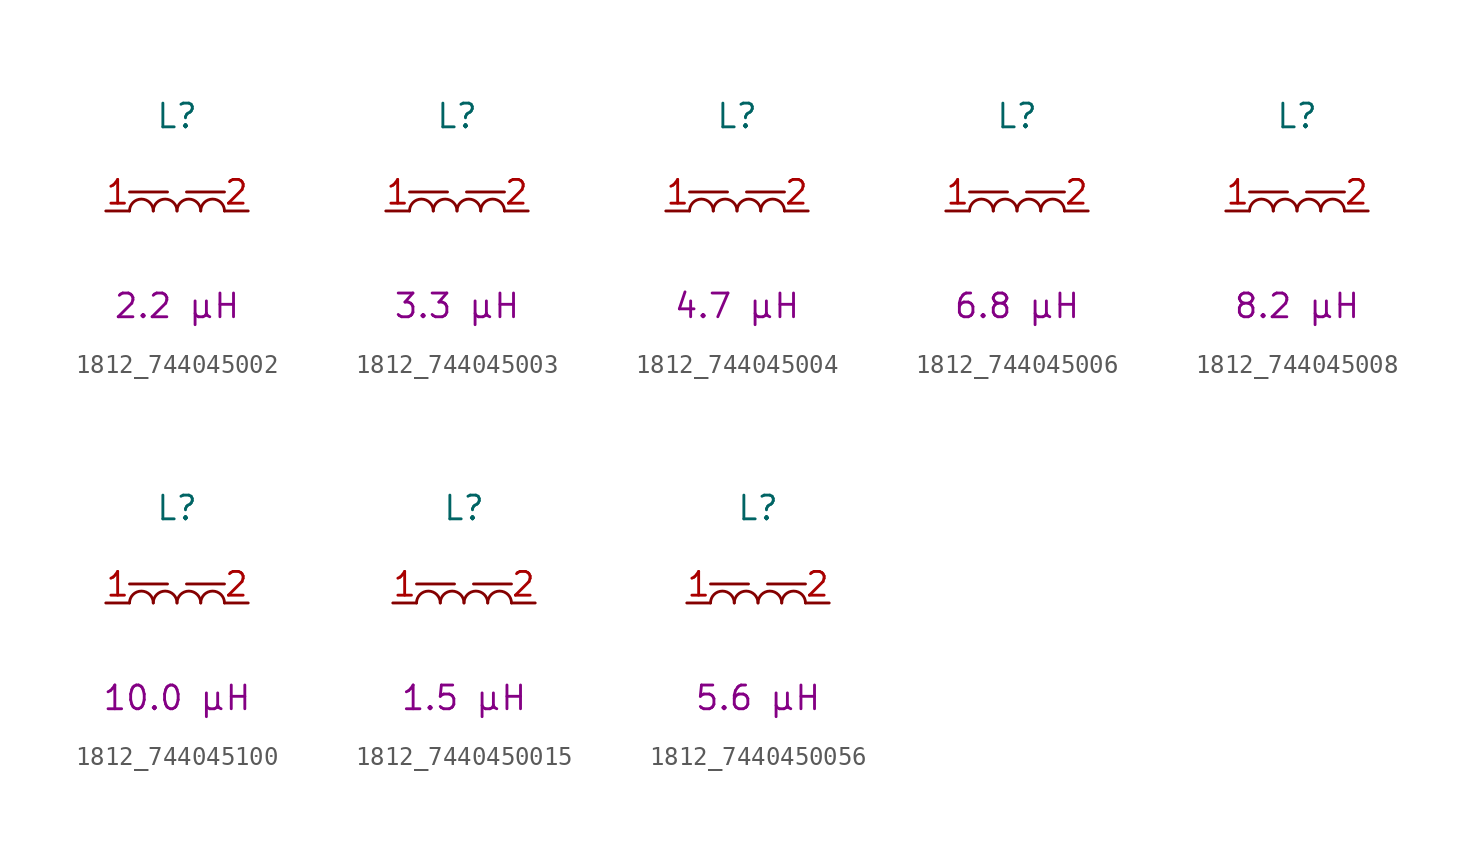
<source format=kicad_sym>
(kicad_symbol_lib
  (version 20220914)
  (generator kicad_symbol_editor)
  (symbol "1812_744045002"
    (pin_names hide)
    (property "Reference" "L"
      (at 0 5.08 0)
      (effects (font (size 1.27 1.27))))
    (property "Critical Parameter" "2.2 µH"
      (at 0 -5.08 0)
      (effects (font (size 1.27 1.27))))
    (symbol "1812_744045002_0_1"
      (arc (start -1.27 0) (mid -1.905 0.6323) (end -2.54 0) (stroke (width 0) (type default)) (fill (type none)))
      (arc (start 0 0) (mid -0.635 0.6323) (end -1.27 0) (stroke (width 0) (type default)) (fill (type none)))
      (polyline (pts (xy -2.54 1.016) (xy -0.508 1.016)) (stroke (width 0) (type default)) (fill (type none)))
      (arc (start 1.27 0) (mid 0.635 0.6323) (end 0 0) (stroke (width 0) (type default)) (fill (type none)))
      (arc (start 2.54 0) (mid 1.905 0.6323) (end 1.27 0) (stroke (width 0) (type default)) (fill (type none))))
    (symbol "1812_744045002_1_1"
      (polyline (pts (xy 2.54 1.016) (xy 0.508 1.016)) (stroke (width 0) (type default)) (fill (type none)))
      (pin passive line (at -3.81 0 0) (length 1.27) (name "1" (effects (font (size 1.27 1.27)))) (number "1" (effects (font (size 1.27 1.27)))))
      (pin passive line (at 3.81 0 180) (length 1.27) (name "2" (effects (font (size 1.27 1.27)))) (number "2" (effects (font (size 1.27 1.27)))))))
  (symbol "1812_744045003"
    (pin_names hide)
    (property "Reference" "L"
      (at 0 5.08 0)
      (effects (font (size 1.27 1.27))))
    (property "Critical Parameter" "3.3 µH"
      (at 0 -5.08 0)
      (effects (font (size 1.27 1.27))))
    (symbol "1812_744045003_0_1"
      (arc (start -1.27 0) (mid -1.905 0.6323) (end -2.54 0) (stroke (width 0) (type default)) (fill (type none)))
      (arc (start 0 0) (mid -0.635 0.6323) (end -1.27 0) (stroke (width 0) (type default)) (fill (type none)))
      (polyline (pts (xy -2.54 1.016) (xy -0.508 1.016)) (stroke (width 0) (type default)) (fill (type none)))
      (arc (start 1.27 0) (mid 0.635 0.6323) (end 0 0) (stroke (width 0) (type default)) (fill (type none)))
      (arc (start 2.54 0) (mid 1.905 0.6323) (end 1.27 0) (stroke (width 0) (type default)) (fill (type none))))
    (symbol "1812_744045003_1_1"
      (polyline (pts (xy 2.54 1.016) (xy 0.508 1.016)) (stroke (width 0) (type default)) (fill (type none)))
      (pin passive line (at -3.81 0 0) (length 1.27) (name "1" (effects (font (size 1.27 1.27)))) (number "1" (effects (font (size 1.27 1.27)))))
      (pin passive line (at 3.81 0 180) (length 1.27) (name "2" (effects (font (size 1.27 1.27)))) (number "2" (effects (font (size 1.27 1.27)))))))
  (symbol "1812_744045004"
    (pin_names hide)
    (property "Reference" "L"
      (at 0 5.08 0)
      (effects (font (size 1.27 1.27))))
    (property "Critical Parameter" "4.7 µH"
      (at 0 -5.08 0)
      (effects (font (size 1.27 1.27))))
    (symbol "1812_744045004_0_1"
      (arc (start -1.27 0) (mid -1.905 0.6323) (end -2.54 0) (stroke (width 0) (type default)) (fill (type none)))
      (arc (start 0 0) (mid -0.635 0.6323) (end -1.27 0) (stroke (width 0) (type default)) (fill (type none)))
      (polyline (pts (xy -2.54 1.016) (xy -0.508 1.016)) (stroke (width 0) (type default)) (fill (type none)))
      (arc (start 1.27 0) (mid 0.635 0.6323) (end 0 0) (stroke (width 0) (type default)) (fill (type none)))
      (arc (start 2.54 0) (mid 1.905 0.6323) (end 1.27 0) (stroke (width 0) (type default)) (fill (type none))))
    (symbol "1812_744045004_1_1"
      (polyline (pts (xy 2.54 1.016) (xy 0.508 1.016)) (stroke (width 0) (type default)) (fill (type none)))
      (pin passive line (at -3.81 0 0) (length 1.27) (name "1" (effects (font (size 1.27 1.27)))) (number "1" (effects (font (size 1.27 1.27)))))
      (pin passive line (at 3.81 0 180) (length 1.27) (name "2" (effects (font (size 1.27 1.27)))) (number "2" (effects (font (size 1.27 1.27)))))))
  (symbol "1812_744045006"
    (pin_names hide)
    (property "Reference" "L"
      (at 0 5.08 0)
      (effects (font (size 1.27 1.27))))
    (property "Critical Parameter" "6.8 µH"
      (at 0 -5.08 0)
      (effects (font (size 1.27 1.27))))
    (symbol "1812_744045006_0_1"
      (arc (start -1.27 0) (mid -1.905 0.6323) (end -2.54 0) (stroke (width 0) (type default)) (fill (type none)))
      (arc (start 0 0) (mid -0.635 0.6323) (end -1.27 0) (stroke (width 0) (type default)) (fill (type none)))
      (polyline (pts (xy -2.54 1.016) (xy -0.508 1.016)) (stroke (width 0) (type default)) (fill (type none)))
      (arc (start 1.27 0) (mid 0.635 0.6323) (end 0 0) (stroke (width 0) (type default)) (fill (type none)))
      (arc (start 2.54 0) (mid 1.905 0.6323) (end 1.27 0) (stroke (width 0) (type default)) (fill (type none))))
    (symbol "1812_744045006_1_1"
      (polyline (pts (xy 2.54 1.016) (xy 0.508 1.016)) (stroke (width 0) (type default)) (fill (type none)))
      (pin passive line (at -3.81 0 0) (length 1.27) (name "1" (effects (font (size 1.27 1.27)))) (number "1" (effects (font (size 1.27 1.27)))))
      (pin passive line (at 3.81 0 180) (length 1.27) (name "2" (effects (font (size 1.27 1.27)))) (number "2" (effects (font (size 1.27 1.27)))))))
  (symbol "1812_744045008"
    (pin_names hide)
    (property "Reference" "L"
      (at 0 5.08 0)
      (effects (font (size 1.27 1.27))))
    (property "Critical Parameter" "8.2 µH"
      (at 0 -5.08 0)
      (effects (font (size 1.27 1.27))))
    (symbol "1812_744045008_0_1"
      (arc (start -1.27 0) (mid -1.905 0.6323) (end -2.54 0) (stroke (width 0) (type default)) (fill (type none)))
      (arc (start 0 0) (mid -0.635 0.6323) (end -1.27 0) (stroke (width 0) (type default)) (fill (type none)))
      (polyline (pts (xy -2.54 1.016) (xy -0.508 1.016)) (stroke (width 0) (type default)) (fill (type none)))
      (arc (start 1.27 0) (mid 0.635 0.6323) (end 0 0) (stroke (width 0) (type default)) (fill (type none)))
      (arc (start 2.54 0) (mid 1.905 0.6323) (end 1.27 0) (stroke (width 0) (type default)) (fill (type none))))
    (symbol "1812_744045008_1_1"
      (polyline (pts (xy 2.54 1.016) (xy 0.508 1.016)) (stroke (width 0) (type default)) (fill (type none)))
      (pin passive line (at -3.81 0 0) (length 1.27) (name "1" (effects (font (size 1.27 1.27)))) (number "1" (effects (font (size 1.27 1.27)))))
      (pin passive line (at 3.81 0 180) (length 1.27) (name "2" (effects (font (size 1.27 1.27)))) (number "2" (effects (font (size 1.27 1.27)))))))
  (symbol "1812_744045100"
    (pin_names hide)
    (property "Reference" "L"
      (at 0 5.08 0)
      (effects (font (size 1.27 1.27))))
    (property "Critical Parameter" "10.0 µH"
      (at 0 -5.08 0)
      (effects (font (size 1.27 1.27))))
    (symbol "1812_744045100_0_1"
      (arc (start -1.27 0) (mid -1.905 0.6323) (end -2.54 0) (stroke (width 0) (type default)) (fill (type none)))
      (arc (start 0 0) (mid -0.635 0.6323) (end -1.27 0) (stroke (width 0) (type default)) (fill (type none)))
      (polyline (pts (xy -2.54 1.016) (xy -0.508 1.016)) (stroke (width 0) (type default)) (fill (type none)))
      (arc (start 1.27 0) (mid 0.635 0.6323) (end 0 0) (stroke (width 0) (type default)) (fill (type none)))
      (arc (start 2.54 0) (mid 1.905 0.6323) (end 1.27 0) (stroke (width 0) (type default)) (fill (type none))))
    (symbol "1812_744045100_1_1"
      (polyline (pts (xy 2.54 1.016) (xy 0.508 1.016)) (stroke (width 0) (type default)) (fill (type none)))
      (pin passive line (at -3.81 0 0) (length 1.27) (name "1" (effects (font (size 1.27 1.27)))) (number "1" (effects (font (size 1.27 1.27)))))
      (pin passive line (at 3.81 0 180) (length 1.27) (name "2" (effects (font (size 1.27 1.27)))) (number "2" (effects (font (size 1.27 1.27)))))))
  (symbol "1812_7440450015"
    (pin_names hide)
    (property "Reference" "L"
      (at 0 5.08 0)
      (effects (font (size 1.27 1.27))))
    (property "Critical Parameter" "1.5 µH"
      (at 0 -5.08 0)
      (effects (font (size 1.27 1.27))))
    (symbol "1812_7440450015_0_1"
      (arc (start -1.27 0) (mid -1.905 0.6323) (end -2.54 0) (stroke (width 0) (type default)) (fill (type none)))
      (arc (start 0 0) (mid -0.635 0.6323) (end -1.27 0) (stroke (width 0) (type default)) (fill (type none)))
      (polyline (pts (xy -2.54 1.016) (xy -0.508 1.016)) (stroke (width 0) (type default)) (fill (type none)))
      (arc (start 1.27 0) (mid 0.635 0.6323) (end 0 0) (stroke (width 0) (type default)) (fill (type none)))
      (arc (start 2.54 0) (mid 1.905 0.6323) (end 1.27 0) (stroke (width 0) (type default)) (fill (type none))))
    (symbol "1812_7440450015_1_1"
      (polyline (pts (xy 2.54 1.016) (xy 0.508 1.016)) (stroke (width 0) (type default)) (fill (type none)))
      (pin passive line (at -3.81 0 0) (length 1.27) (name "1" (effects (font (size 1.27 1.27)))) (number "1" (effects (font (size 1.27 1.27)))))
      (pin passive line (at 3.81 0 180) (length 1.27) (name "2" (effects (font (size 1.27 1.27)))) (number "2" (effects (font (size 1.27 1.27)))))))
  (symbol "1812_7440450056"
    (pin_names hide)
    (property "Reference" "L"
      (at 0 5.08 0)
      (effects (font (size 1.27 1.27))))
    (property "Critical Parameter" "5.6 µH"
      (at 0 -5.08 0)
      (effects (font (size 1.27 1.27))))
    (symbol "1812_7440450056_0_1"
      (arc (start -1.27 0) (mid -1.905 0.6323) (end -2.54 0) (stroke (width 0) (type default)) (fill (type none)))
      (arc (start 0 0) (mid -0.635 0.6323) (end -1.27 0) (stroke (width 0) (type default)) (fill (type none)))
      (polyline (pts (xy -2.54 1.016) (xy -0.508 1.016)) (stroke (width 0) (type default)) (fill (type none)))
      (arc (start 1.27 0) (mid 0.635 0.6323) (end 0 0) (stroke (width 0) (type default)) (fill (type none)))
      (arc (start 2.54 0) (mid 1.905 0.6323) (end 1.27 0) (stroke (width 0) (type default)) (fill (type none))))
    (symbol "1812_7440450056_1_1"
      (polyline (pts (xy 2.54 1.016) (xy 0.508 1.016)) (stroke (width 0) (type default)) (fill (type none)))
      (pin passive line (at -3.81 0 0) (length 1.27) (name "1" (effects (font (size 1.27 1.27)))) (number "1" (effects (font (size 1.27 1.27)))))
      (pin passive line (at 3.81 0 180) (length 1.27) (name "2" (effects (font (size 1.27 1.27)))) (number "2" (effects (font (size 1.27 1.27))))))))
</source>
